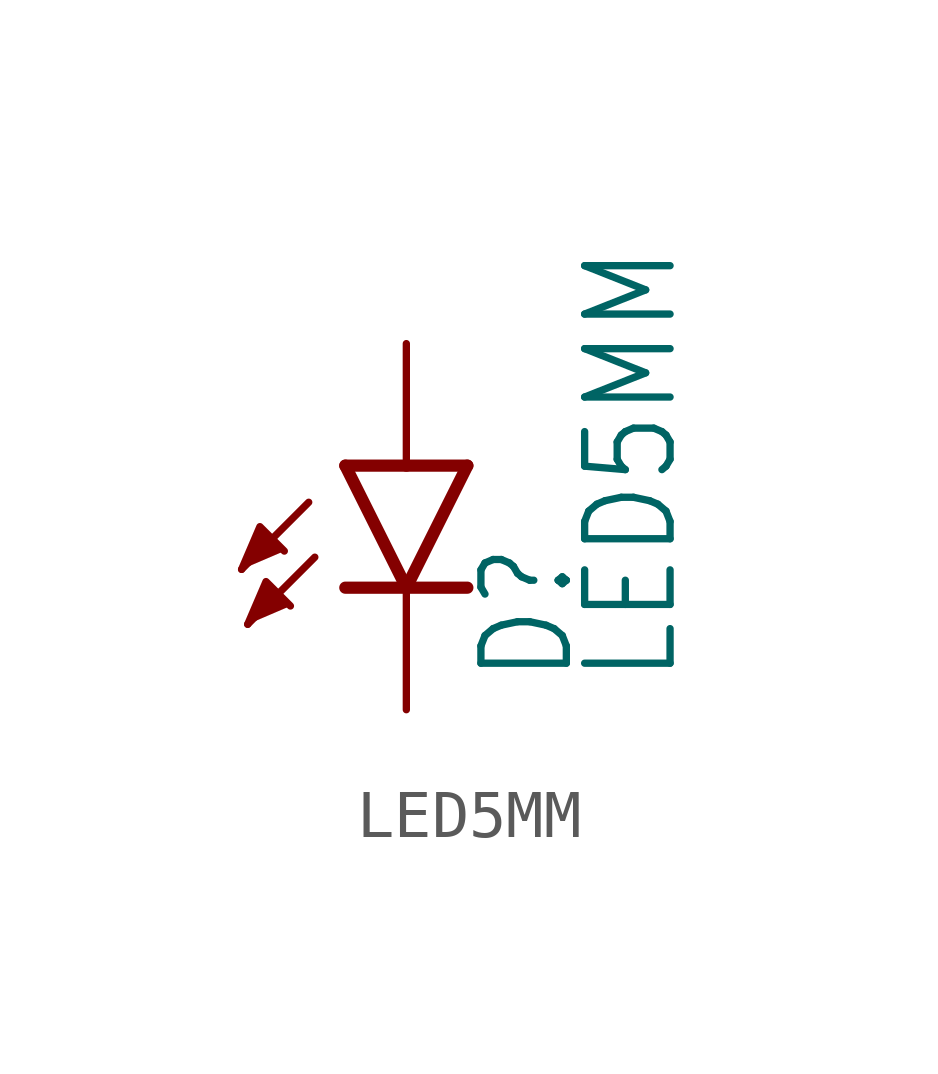
<source format=kicad_sym>
(kicad_symbol_lib
  (version 20220914)
  (generator kicad_symbol_editor)
  (symbol "LED5MM"
    (property "Reference" "D"
      (at 3.556 -4.572 90)
      (effects (font (size 1.778 1.511)) (justify left bottom)))
    (property "Value" "LED5MM"
      (at 5.715 -4.572 90)
      (effects (font (size 1.778 1.511)) (justify left bottom)))
    (property "ki_locked" ""
      (at 0 0 0)
      (effects (font (size 1.27 1.27))))
    (symbol "LED5MM_1_0"
      (polyline (pts (xy -2.032 -0.762) (xy -3.429 -2.159)) (stroke (width 0.152) (type default)) (fill (type none)))
      (polyline (pts (xy -1.905 -1.905) (xy -3.302 -3.302)) (stroke (width 0.152) (type default)) (fill (type none)))
      (polyline (pts (xy 0 -2.54) (xy -1.27 -2.54)) (stroke (width 0.254) (type default)) (fill (type none)))
      (polyline (pts (xy 0 -2.54) (xy -1.27 0)) (stroke (width 0.254) (type default)) (fill (type none)))
      (polyline (pts (xy 0 0) (xy -1.27 0)) (stroke (width 0.254) (type default)) (fill (type none)))
      (polyline (pts (xy 1.27 -2.54) (xy 0 -2.54)) (stroke (width 0.254) (type default)) (fill (type none)))
      (polyline (pts (xy 1.27 0) (xy 0 -2.54)) (stroke (width 0.254) (type default)) (fill (type none)))
      (polyline (pts (xy 1.27 0) (xy 0 0)) (stroke (width 0.254) (type default)) (fill (type none)))
      (polyline (pts (xy -3.429 -2.159) (xy -3.048 -1.27) (xy -2.54 -1.778)) (stroke (width 0) (type default)) (fill (type outline)))
      (polyline (pts (xy -3.302 -3.302) (xy -2.921 -2.413) (xy -2.413 -2.921)) (stroke (width 0) (type default)) (fill (type outline)))
      (pin passive line (at 0 2.54 270) (length 2.54) (name "A" (effects (font (size 0 0)))) (number "A" (effects (font (size 0 0)))))
      (pin passive line (at 0 -5.08 90) (length 2.54) (name "C" (effects (font (size 0 0)))) (number "K" (effects (font (size 0 0))))))))
</source>
